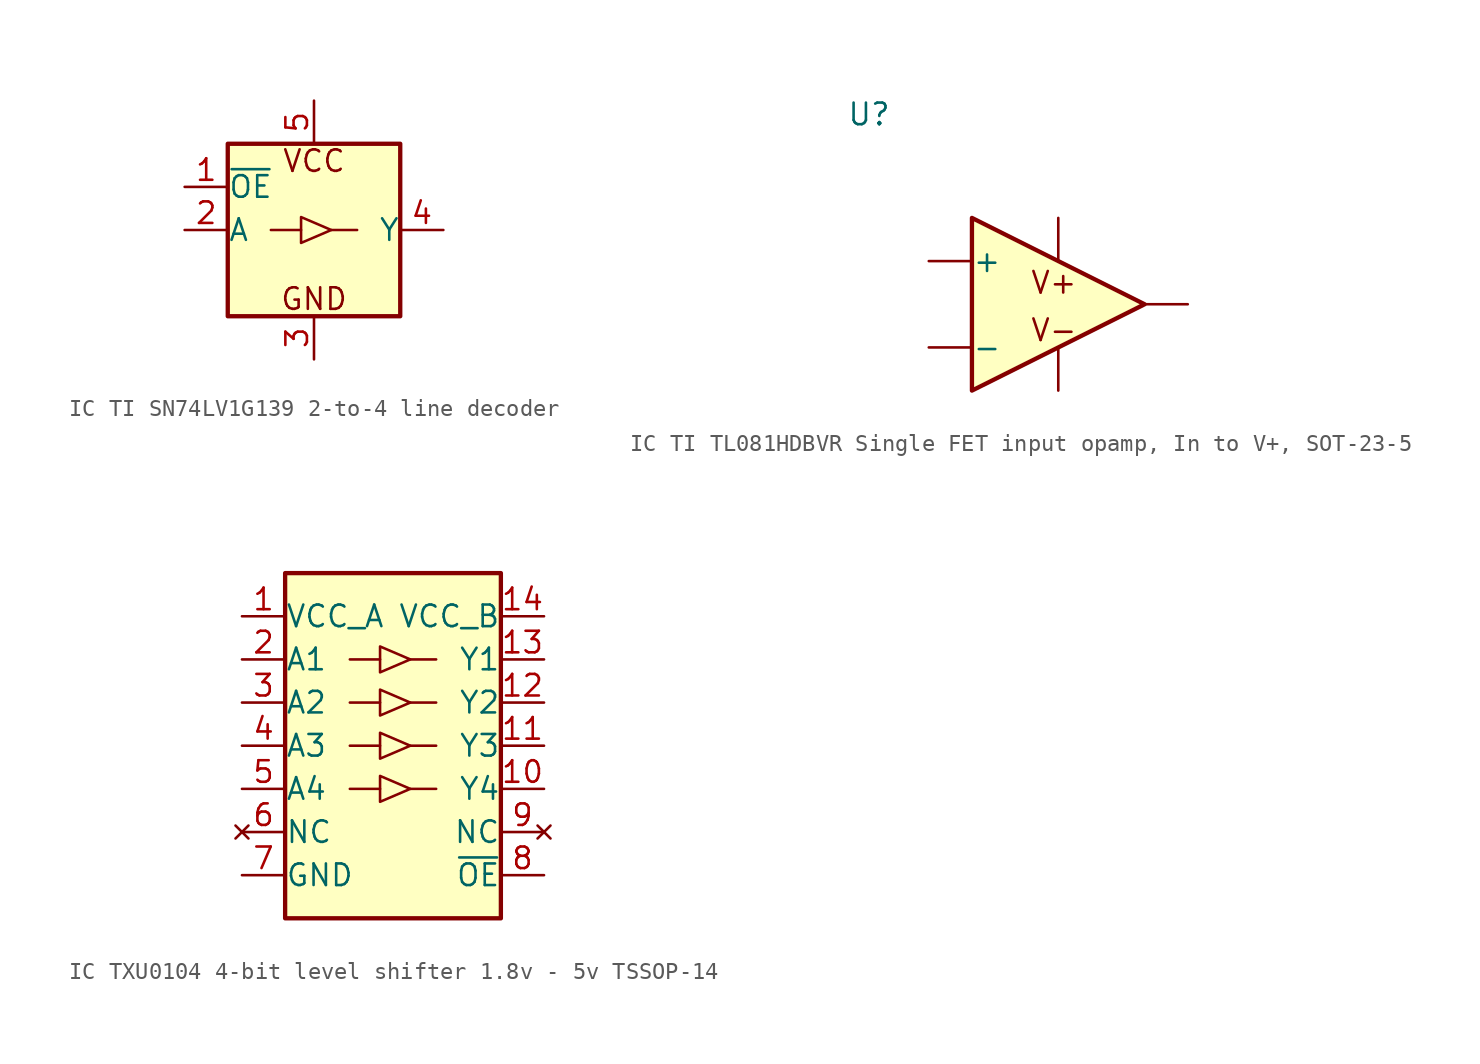
<source format=kicad_sym>
(kicad_symbol_lib
  (version 20241209)
  (generator "kicad_symbol_editor")
  (generator_version "9.0")
  (symbol "IC TI SN74LV1G139 2-to-4 line decoder"
    (pin_names
      (offset 0.002))
    (property "Reference" "U"
      (at 8.89 19.05 0)
      (effects (font (size 1.27 1.27)) (justify left) (hide yes)))
    (symbol "IC TI SN74LV1G139 2-to-4 line decoder_0_1"
      (rectangle (start -5.08 5.08) (end 5.08 -5.08) (stroke (width 0.254) (type default)) (fill (type background)))
      (polyline (pts (xy -0.762 0) (xy -2.54 0)) (stroke (width 0) (type default)) (fill (type none)))
      (polyline (pts (xy 1.016 0) (xy 2.54 0)) (stroke (width 0) (type default)) (fill (type none))))
    (symbol "IC TI SN74LV1G139 2-to-4 line decoder_1_1"
      (polyline (pts (xy -0.762 -0.762) (xy -0.762 0.762) (xy 1.016 0) (xy -0.762 -0.762)) (stroke (width 0) (type default)) (fill (type none)))
      (text "VCC" (at 0 4.064 0) (effects (font (size 1.27 1.27))))
      (text "GND" (at 0 -4.064 0) (effects (font (size 1.27 1.27))))
      (pin input line (at -7.62 2.54 0) (length 2.54) (name "~{OE}" (effects (font (size 1.27 1.27)))) (number "1" (effects (font (size 1.27 1.27)))))
      (pin input line (at -7.62 0 0) (length 2.54) (name "A" (effects (font (size 1.27 1.27)))) (number "2" (effects (font (size 1.27 1.27)))))
      (pin power_in line (at 0 7.62 270) (length 2.54) (name "" (effects (font (size 1.27 1.27)))) (number "5" (effects (font (size 1.27 1.27)))))
      (pin power_in line (at 0 -7.62 90) (length 2.54) (name "" (effects (font (size 1.27 1.27)))) (number "3" (effects (font (size 1.27 1.27)))))
      (pin output line (at 7.62 0 180) (length 2.54) (name "Y" (effects (font (size 1.27 1.27)))) (number "4" (effects (font (size 1.27 1.27)))))))
  (symbol "IC TI TL081HDBVR Single FET input opamp, In to V+, SOT-23-5"
    (pin_numbers
      (hide yes))
    (pin_names
      (offset 0.002))
    (property "Reference" "U"
      (at -9.906 11.176 0)
      (effects (font (size 1.27 1.27)) (justify left)))
    (symbol "IC TI TL081HDBVR Single FET input opamp, In to V+, SOT-23-5_1_1"
      (polyline (pts (xy -2.54 5.08) (xy 7.62 0) (xy -2.54 -5.08) (xy -2.54 5.08)) (stroke (width 0.254) (type default)) (fill (type background)))
      (text "V+" (at 2.286 1.27 0) (effects (font (size 1.27 1.27))))
      (text "V-" (at 2.286 -1.524 0) (effects (font (size 1.27 1.27))))
      (pin input line (at -5.08 2.54 0) (length 2.54) (name "+" (effects (font (size 1.27 1.27)))) (number "3" (effects (font (size 1.27 1.27)))))
      (pin input line (at -5.08 -2.54 0) (length 2.54) (name "-" (effects (font (size 1.27 1.27)))) (number "4" (effects (font (size 1.27 1.27)))))
      (pin power_in line (at 2.54 5.08 270) (length 2.54) (name "~" (effects (font (size 1.27 1.27)))) (number "5" (effects (font (size 1.27 1.27)))))
      (pin power_in line (at 2.54 -5.08 90) (length 2.54) (name "~" (effects (font (size 1.27 1.27)))) (number "2" (effects (font (size 1.27 1.27)))))
      (pin output line (at 10.16 0 180) (length 2.54) (name "~" (effects (font (size 1.27 1.27)))) (number "1" (effects (font (size 1.27 1.27)))))))
  (symbol "IC TXU0104 4-bit level shifter 1.8v - 5v TSSOP-14"
    (pin_names
      (offset 0.002))
    (property "Reference" "U"
      (at -4.826 6.35 0)
      (effects (font (size 1.27 1.27)) (justify left) (hide yes)))
    (symbol "IC TXU0104 4-bit level shifter 1.8v - 5v TSSOP-14_0_1"
      (rectangle (start -6.35 5.08) (end 6.35 -15.24) (stroke (width 0.254) (type default)) (fill (type background)))
      (polyline (pts (xy -0.762 0) (xy -2.54 0)) (stroke (width 0) (type default)) (fill (type none)))
      (polyline (pts (xy -0.762 -2.54) (xy -2.54 -2.54)) (stroke (width 0) (type default)) (fill (type none)))
      (polyline (pts (xy -0.762 -5.08) (xy -2.54 -5.08)) (stroke (width 0) (type default)) (fill (type none)))
      (polyline (pts (xy -0.762 -7.62) (xy -2.54 -7.62)) (stroke (width 0) (type default)) (fill (type none)))
      (polyline (pts (xy 1.016 0) (xy 2.54 0)) (stroke (width 0) (type default)) (fill (type none)))
      (polyline (pts (xy 1.016 -2.54) (xy 2.54 -2.54)) (stroke (width 0) (type default)) (fill (type none)))
      (polyline (pts (xy 1.016 -5.08) (xy 2.54 -5.08)) (stroke (width 0) (type default)) (fill (type none)))
      (polyline (pts (xy 1.016 -7.62) (xy 2.54 -7.62)) (stroke (width 0) (type default)) (fill (type none))))
    (symbol "IC TXU0104 4-bit level shifter 1.8v - 5v TSSOP-14_1_1"
      (polyline (pts (xy -0.762 -0.762) (xy -0.762 0.762) (xy 1.016 0) (xy -0.762 -0.762)) (stroke (width 0) (type default)) (fill (type none)))
      (polyline (pts (xy -0.762 -3.302) (xy -0.762 -1.778) (xy 1.016 -2.54) (xy -0.762 -3.302)) (stroke (width 0) (type default)) (fill (type none)))
      (polyline (pts (xy -0.762 -5.842) (xy -0.762 -4.318) (xy 1.016 -5.08) (xy -0.762 -5.842)) (stroke (width 0) (type default)) (fill (type none)))
      (polyline (pts (xy -0.762 -8.382) (xy -0.762 -6.858) (xy 1.016 -7.62) (xy -0.762 -8.382)) (stroke (width 0) (type default)) (fill (type none)))
      (pin power_in line (at -8.89 2.54 0) (length 2.54) (name "VCC_A" (effects (font (size 1.27 1.27)))) (number "1" (effects (font (size 1.27 1.27)))))
      (pin input line (at -8.89 0 0) (length 2.54) (name "A1" (effects (font (size 1.27 1.27)))) (number "2" (effects (font (size 1.27 1.27)))))
      (pin input line (at -8.89 -2.54 0) (length 2.54) (name "A2" (effects (font (size 1.27 1.27)))) (number "3" (effects (font (size 1.27 1.27)))))
      (pin input line (at -8.89 -5.08 0) (length 2.54) (name "A3" (effects (font (size 1.27 1.27)))) (number "4" (effects (font (size 1.27 1.27)))))
      (pin input line (at -8.89 -7.62 0) (length 2.54) (name "A4" (effects (font (size 1.27 1.27)))) (number "5" (effects (font (size 1.27 1.27)))))
      (pin no_connect line (at -8.89 -10.16 0) (length 2.54) (name "NC" (effects (font (size 1.27 1.27)))) (number "6" (effects (font (size 1.27 1.27)))))
      (pin power_in line (at -8.89 -12.7 0) (length 2.54) (name "GND" (effects (font (size 1.27 1.27)))) (number "7" (effects (font (size 1.27 1.27)))))
      (pin power_in line (at 8.89 2.54 180) (length 2.54) (name "VCC_B" (effects (font (size 1.27 1.27)))) (number "14" (effects (font (size 1.27 1.27)))))
      (pin output line (at 8.89 0 180) (length 2.54) (name "Y1" (effects (font (size 1.27 1.27)))) (number "13" (effects (font (size 1.27 1.27)))))
      (pin output line (at 8.89 -2.54 180) (length 2.54) (name "Y2" (effects (font (size 1.27 1.27)))) (number "12" (effects (font (size 1.27 1.27)))))
      (pin output line (at 8.89 -5.08 180) (length 2.54) (name "Y3" (effects (font (size 1.27 1.27)))) (number "11" (effects (font (size 1.27 1.27)))))
      (pin output line (at 8.89 -7.62 180) (length 2.54) (name "Y4" (effects (font (size 1.27 1.27)))) (number "10" (effects (font (size 1.27 1.27)))))
      (pin no_connect line (at 8.89 -10.16 180) (length 2.54) (name "NC" (effects (font (size 1.27 1.27)))) (number "9" (effects (font (size 1.27 1.27)))))
      (pin input line (at 8.89 -12.7 180) (length 2.54) (name "~{OE}" (effects (font (size 1.27 1.27)))) (number "8" (effects (font (size 1.27 1.27))))))))
</source>
